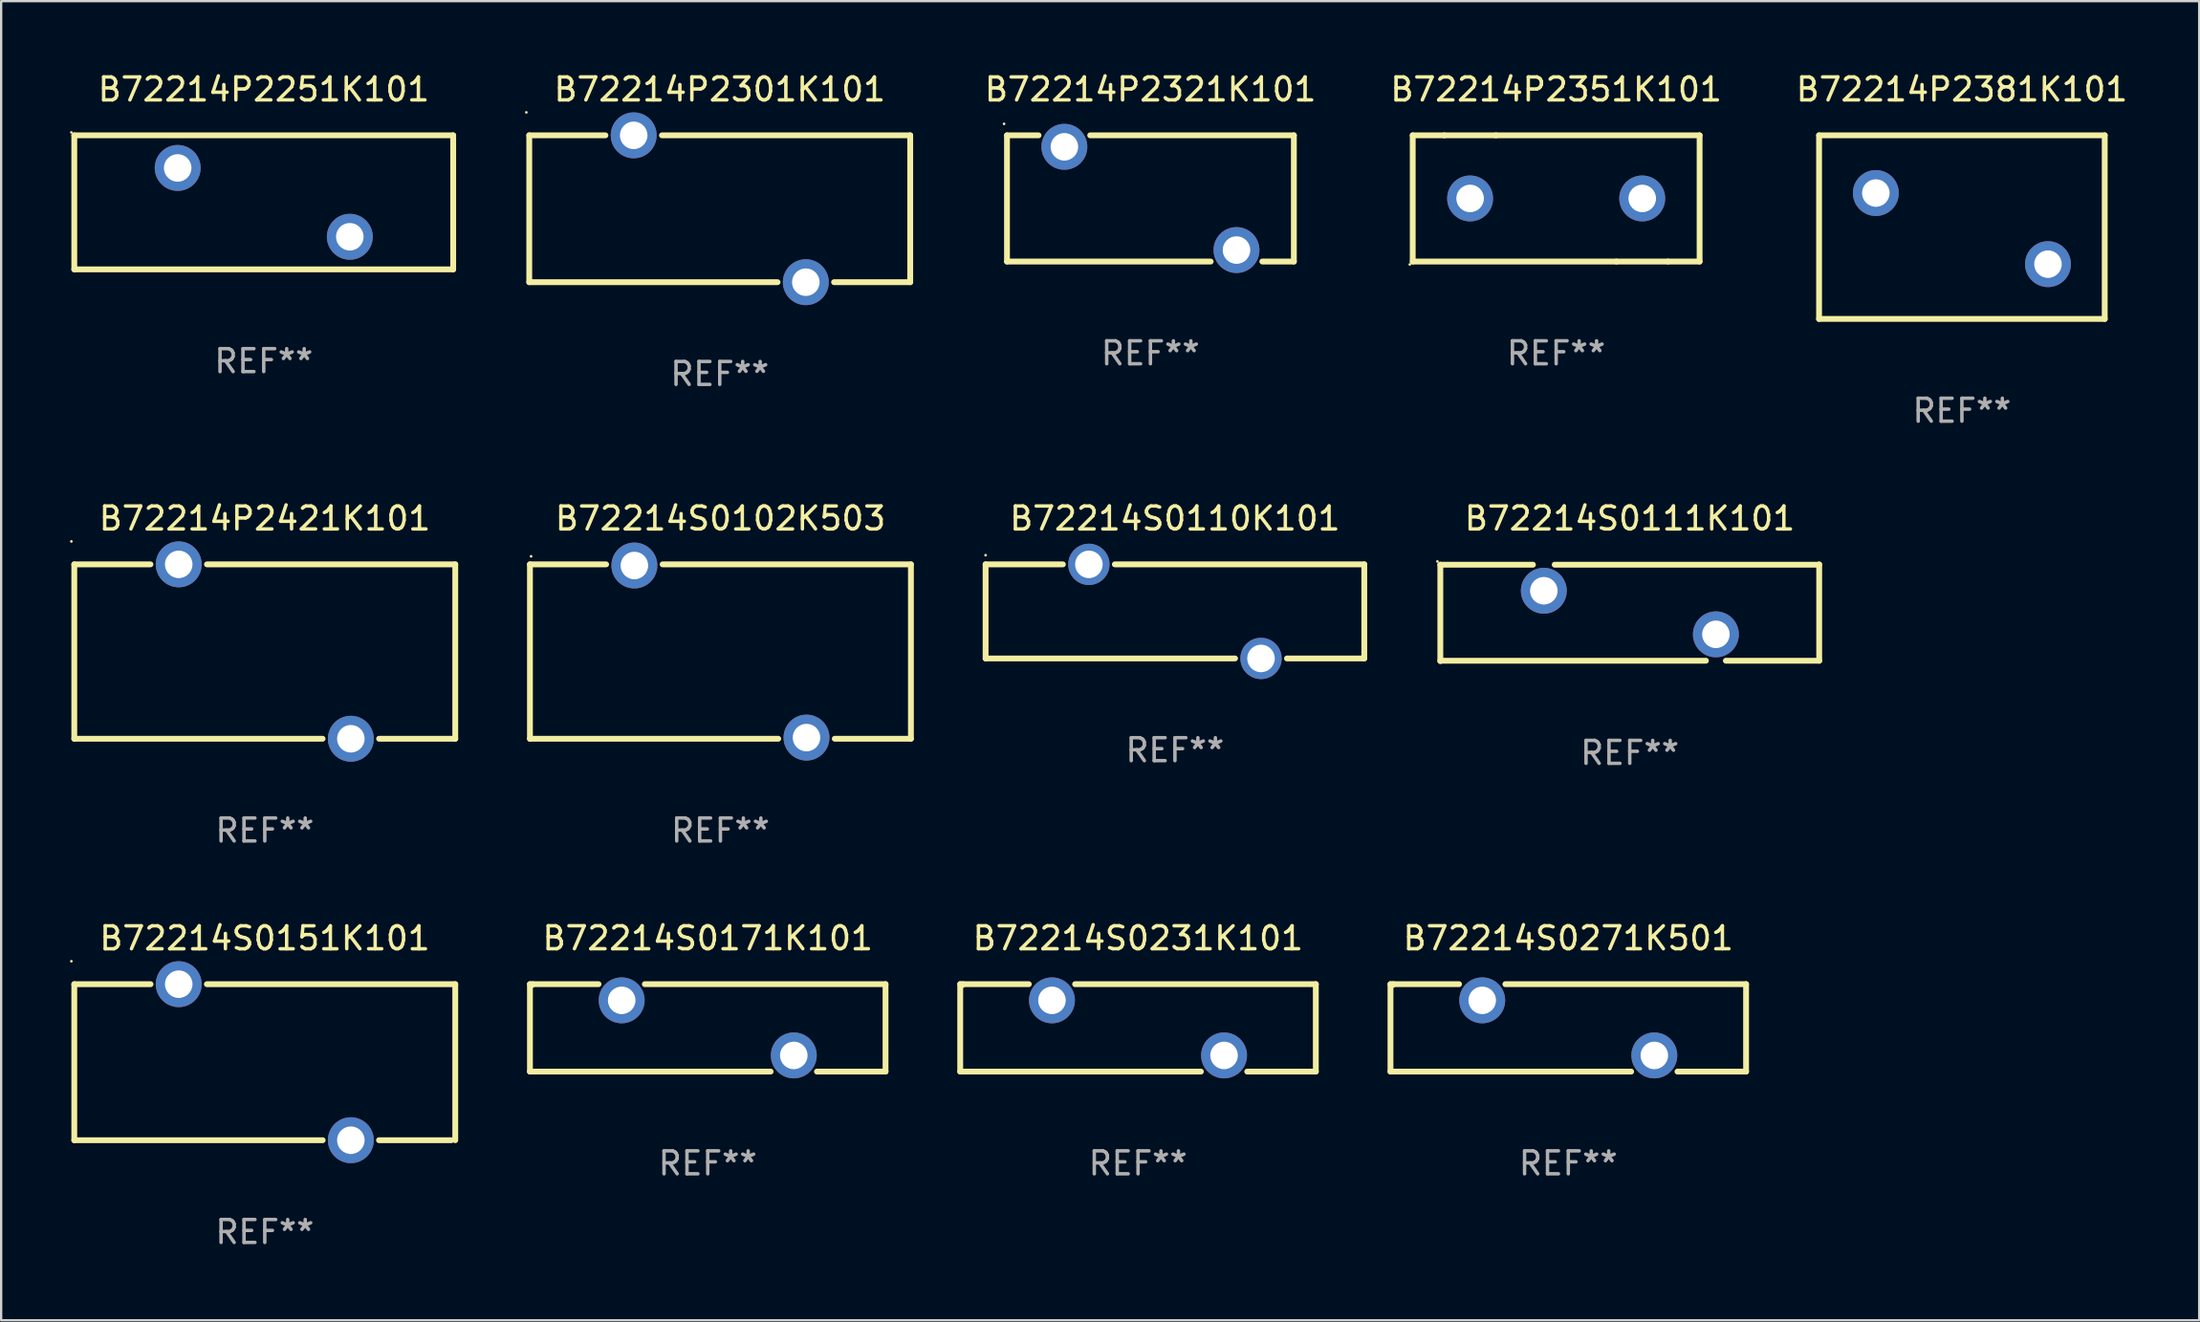
<source format=kicad_pcb>
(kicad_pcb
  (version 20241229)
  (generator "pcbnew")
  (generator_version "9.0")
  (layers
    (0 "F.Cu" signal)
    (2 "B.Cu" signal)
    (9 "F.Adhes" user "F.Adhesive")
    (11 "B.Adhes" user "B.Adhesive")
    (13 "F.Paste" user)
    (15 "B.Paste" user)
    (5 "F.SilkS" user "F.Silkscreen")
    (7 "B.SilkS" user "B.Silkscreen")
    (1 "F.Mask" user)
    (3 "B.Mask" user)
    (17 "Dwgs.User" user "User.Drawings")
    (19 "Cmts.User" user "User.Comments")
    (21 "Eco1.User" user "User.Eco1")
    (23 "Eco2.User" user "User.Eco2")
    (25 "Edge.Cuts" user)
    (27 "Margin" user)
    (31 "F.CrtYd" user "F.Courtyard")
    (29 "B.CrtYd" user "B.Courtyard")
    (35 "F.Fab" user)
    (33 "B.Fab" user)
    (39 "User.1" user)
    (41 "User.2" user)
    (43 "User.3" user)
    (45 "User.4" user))
  (footprint "B72214S0111K101"
    (layer "F.Cu")
    (at 67.963 23.654)
    (property "Reference" "B72214S0111K101" (at 0 -4.108 0) (layer "F.SilkS") (effects (font (size 1 1) (thickness 0.15))))
    (attr through_hole)
    (fp_line (start -8.254 -2.093) (end -4.219 -2.093) (stroke (width 0.254) (type solid)) (layer "F.SilkS"))
    (fp_line (start -8.254 2.108) (end -8.254 -2.093) (stroke (width 0.254) (type solid)) (layer "F.SilkS"))
    (fp_line (start -3.271 -2.093) (end 8.254 -2.093) (stroke (width 0.254) (type solid)) (layer "F.SilkS"))
    (fp_line (start 3.319 2.092) (end -8.254 2.092) (stroke (width 0.254) (type solid)) (layer "F.SilkS"))
    (fp_line (start 8.254 -2.108) (end 8.254 2.092) (stroke (width 0.254) (type solid)) (layer "F.SilkS"))
    (fp_line (start 8.254 2.092) (end 4.188 2.092) (stroke (width 0.254) (type solid)) (layer "F.SilkS"))
    (fp_circle (center -8.381 -2.235) (end -8.351 -2.235) (stroke (width 0.06) (type solid)) (fill no) (layer "F.SilkS"))
    (fp_text user "REF**" (at 0 6.108 0) (layer "F.Fab") (effects (font (size 1 1) (thickness 0.15))))
    (pad "1" thru_hole circle (at -3.745 -0.958) (size 2 2) (drill 1.2) (layers "*.Cu" "*.Mask"))
    (pad "2" thru_hole circle (at 3.753 0.942) (size 2 2) (drill 1.2) (layers "*.Cu" "*.Mask")))
  (footprint "B72214P2301K101"
    (layer "F.Cu")
    (at 28.311 6.048)
    (property "Reference" "B72214P2301K101" (at 0 -5.2 0) (layer "F.SilkS") (effects (font (size 1 1) (thickness 0.15))))
    (attr through_hole)
    (fp_line (start -8.3 -3.2) (end -8.3 3.2) (stroke (width 0.254) (type solid)) (layer "F.SilkS"))
    (fp_line (start -8.3 -3.2) (end -4.981 -3.2) (stroke (width 0.254) (type solid)) (layer "F.SilkS"))
    (fp_line (start -8.3 3.2) (end 2.519 3.2) (stroke (width 0.254) (type solid)) (layer "F.SilkS"))
    (fp_line (start -2.519 -3.2) (end 8.3 -3.2) (stroke (width 0.254) (type solid)) (layer "F.SilkS"))
    (fp_line (start 4.981 3.2) (end 8.3 3.2) (stroke (width 0.254) (type solid)) (layer "F.SilkS"))
    (fp_line (start 8.3 -3.2) (end 8.3 3.2) (stroke (width 0.254) (type solid)) (layer "F.SilkS"))
    (fp_circle (center -8.427 -4.2) (end -8.397 -4.2) (stroke (width 0.06) (type solid)) (fill no) (layer "F.SilkS"))
    (fp_text user "REF**" (at 0 7.2 0) (layer "F.Fab") (effects (font (size 1 1) (thickness 0.15))))
    (pad "1" thru_hole circle (at -3.75 -3.2) (size 2 2) (drill 1.2) (layers "*.Cu" "*.Mask"))
    (pad "2" thru_hole circle (at 3.75 3.2) (size 2 2) (drill 1.2) (layers "*.Cu" "*.Mask")))
  (footprint "B72214P2381K101"
    (layer "F.Cu")
    (at 82.435 6.849)
    (property "Reference" "B72214P2381K101" (at 0 -6.001 0) (layer "F.SilkS") (effects (font (size 1 1) (thickness 0.15))))
    (attr through_hole)
    (fp_line (start -6.223 -4.001) (end 6.223 -4.001) (stroke (width 0.254) (type solid)) (layer "F.SilkS"))
    (fp_line (start -6.223 4.001) (end -6.223 -4.001) (stroke (width 0.254) (type solid)) (layer "F.SilkS"))
    (fp_line (start 6.223 -4.001) (end 6.223 4.001) (stroke (width 0.254) (type solid)) (layer "F.SilkS"))
    (fp_line (start 6.223 4.001) (end -6.223 4.001) (stroke (width 0.254) (type solid)) (layer "F.SilkS"))
    (fp_circle (center -6.25 -3.937) (end -6.22 -3.937) (stroke (width 0.06) (type solid)) (fill no) (layer "F.SilkS"))
    (fp_text user "REF**" (at 0 8.001 0) (layer "F.Fab") (effects (font (size 1 1) (thickness 0.15))))
    (pad "1" thru_hole circle (at -3.75 -1.486) (size 2 2) (drill 1.2) (layers "*.Cu" "*.Mask"))
    (pad "2" thru_hole circle (at 3.75 1.613) (size 2 2) (drill 1.2) (layers "*.Cu" "*.Mask")))
  (footprint "B72214P2251K101"
    (layer "F.Cu")
    (at 8.442 5.769)
    (property "Reference" "B72214P2251K101" (at 0 -4.921 0) (layer "F.SilkS") (effects (font (size 1 1) (thickness 0.15))))
    (attr through_hole)
    (fp_line (start -8.255 -2.921) (end 8.255 -2.921) (stroke (width 0.254) (type solid)) (layer "F.SilkS"))
    (fp_line (start -8.255 2.921) (end -8.255 -2.921) (stroke (width 0.254) (type solid)) (layer "F.SilkS"))
    (fp_line (start 8.255 -2.921) (end 8.255 2.921) (stroke (width 0.254) (type solid)) (layer "F.SilkS"))
    (fp_line (start 8.255 2.921) (end -8.255 2.921) (stroke (width 0.254) (type solid)) (layer "F.SilkS"))
    (fp_circle (center -8.382 -3.048) (end -8.352 -3.048) (stroke (width 0.06) (type solid)) (fill no) (layer "F.SilkS"))
    (fp_text user "REF**" (at 0 6.921 0) (layer "F.Fab") (effects (font (size 1 1) (thickness 0.15))))
    (pad "1" thru_hole circle (at -3.75 -1.5) (size 2 2) (drill 1.2) (layers "*.Cu" "*.Mask"))
    (pad "2" thru_hole circle (at 3.75 1.5) (size 2 2) (drill 1.2) (layers "*.Cu" "*.Mask")))
  (footprint "B72214S0271K501"
    (layer "F.Cu")
    (at 65.284 41.747)
    (property "Reference" "B72214S0271K501" (at 0 -3.905 0) (layer "F.SilkS") (effects (font (size 1 1) (thickness 0.15))))
    (attr through_hole)
    (fp_line (start -7.747 -1.905) (end -7.62 -1.905) (stroke (width 0.254) (type solid)) (layer "F.SilkS"))
    (fp_line (start -7.747 1.905) (end -7.747 -1.905) (stroke (width 0.254) (type solid)) (layer "F.SilkS"))
    (fp_line (start -7.62 -1.905) (end -4.759 -1.905) (stroke (width 0.254) (type solid)) (layer "F.SilkS"))
    (fp_line (start -2.741 -1.905) (end 7.747 -1.905) (stroke (width 0.254) (type solid)) (layer "F.SilkS"))
    (fp_line (start 2.74 1.905) (end -7.747 1.905) (stroke (width 0.254) (type solid)) (layer "F.SilkS"))
    (fp_line (start 7.747 -1.905) (end 7.747 1.905) (stroke (width 0.254) (type solid)) (layer "F.SilkS"))
    (fp_line (start 7.747 1.905) (end 4.758 1.905) (stroke (width 0.254) (type solid)) (layer "F.SilkS"))
    (fp_circle (center -7.625 -1.8) (end -7.595 -1.8) (stroke (width 0.06) (type solid)) (fill no) (layer "F.SilkS"))
    (fp_text user "REF**" (at 0 5.905 0) (layer "F.Fab") (effects (font (size 1 1) (thickness 0.15))))
    (pad "1" thru_hole circle (at -3.75 -1.2) (size 2 2) (drill 1.2) (layers "*.Cu" "*.Mask"))
    (pad "2" thru_hole circle (at 3.749 1.2) (size 2 2) (drill 1.2) (layers "*.Cu" "*.Mask")))
  (footprint "B72214S0171K101"
    (layer "F.Cu")
    (at 27.788 41.747)
    (property "Reference" "B72214S0171K101" (at 0 -3.905 0) (layer "F.SilkS") (effects (font (size 1 1) (thickness 0.15))))
    (attr through_hole)
    (fp_line (start -7.747 -1.905) (end -7.62 -1.905) (stroke (width 0.254) (type solid)) (layer "F.SilkS"))
    (fp_line (start -7.747 1.905) (end -7.747 -1.905) (stroke (width 0.254) (type solid)) (layer "F.SilkS"))
    (fp_line (start -7.62 -1.905) (end -4.759 -1.905) (stroke (width 0.254) (type solid)) (layer "F.SilkS"))
    (fp_line (start -2.741 -1.905) (end 7.747 -1.905) (stroke (width 0.254) (type solid)) (layer "F.SilkS"))
    (fp_line (start 2.74 1.905) (end -7.747 1.905) (stroke (width 0.254) (type solid)) (layer "F.SilkS"))
    (fp_line (start 7.747 -1.905) (end 7.747 1.905) (stroke (width 0.254) (type solid)) (layer "F.SilkS"))
    (fp_line (start 7.747 1.905) (end 4.758 1.905) (stroke (width 0.254) (type solid)) (layer "F.SilkS"))
    (fp_circle (center -7.625 -1.8) (end -7.595 -1.8) (stroke (width 0.06) (type solid)) (fill no) (layer "F.SilkS"))
    (fp_text user "REF**" (at 0 5.905 0) (layer "F.Fab") (effects (font (size 1 1) (thickness 0.15))))
    (pad "1" thru_hole circle (at -3.75 -1.2) (size 2 2) (drill 1.2) (layers "*.Cu" "*.Mask"))
    (pad "2" thru_hole circle (at 3.749 1.2) (size 2 2) (drill 1.2) (layers "*.Cu" "*.Mask")))
  (footprint "B72214S0110K101"
    (layer "F.Cu")
    (at 48.145 23.596)
    (property "Reference" "B72214S0110K101" (at 0 -4.05 0) (layer "F.SilkS") (effects (font (size 1 1) (thickness 0.15))))
    (attr through_hole)
    (fp_line (start -8.25 -2.05) (end -4.881 -2.05) (stroke (width 0.254) (type solid)) (layer "F.SilkS"))
    (fp_line (start -8.25 2.05) (end -8.25 -2.05) (stroke (width 0.254) (type solid)) (layer "F.SilkS"))
    (fp_line (start -8.25 2.05) (end 2.619 2.05) (stroke (width 0.254) (type solid)) (layer "F.SilkS"))
    (fp_line (start 4.881 2.05) (end 8.25 2.05) (stroke (width 0.254) (type solid)) (layer "F.SilkS"))
    (fp_line (start 8.25 -2.05) (end -2.619 -2.05) (stroke (width 0.254) (type solid)) (layer "F.SilkS"))
    (fp_line (start 8.25 -2.05) (end 8.25 2.05) (stroke (width 0.254) (type solid)) (layer "F.SilkS"))
    (fp_circle (center -8.25 -2.45) (end -8.22 -2.45) (stroke (width 0.06) (type solid)) (fill no) (layer "F.SilkS"))
    (fp_text user "REF**" (at 0 6.05 0) (layer "F.Fab") (effects (font (size 1 1) (thickness 0.15))))
    (pad "1" thru_hole circle (at -3.75 -2.05) (size 1.8 1.8) (drill 1.2) (layers "*.Cu" "*.Mask"))
    (pad "2" thru_hole circle (at 3.75 2.05) (size 1.8 1.8) (drill 1.2) (layers "*.Cu" "*.Mask")))
  (footprint "B72214S0102K503"
    (layer "F.Cu")
    (at 28.341 25.346)
    (property "Reference" "B72214S0102K503" (at 0 -5.8 0) (layer "F.SilkS") (effects (font (size 1 1) (thickness 0.15))))
    (attr through_hole)
    (fp_line (start -8.3 -3.8) (end -8.3 3.8) (stroke (width 0.254) (type solid)) (layer "F.SilkS"))
    (fp_line (start -8.3 -3.8) (end -4.981 -3.8) (stroke (width 0.254) (type solid)) (layer "F.SilkS"))
    (fp_line (start -8.3 3.8) (end 2.519 3.8) (stroke (width 0.254) (type solid)) (layer "F.SilkS"))
    (fp_line (start -2.519 -3.8) (end 8.3 -3.8) (stroke (width 0.254) (type solid)) (layer "F.SilkS"))
    (fp_line (start 4.981 3.8) (end 8.3 3.8) (stroke (width 0.254) (type solid)) (layer "F.SilkS"))
    (fp_line (start 8.3 -3.8) (end 8.3 3.8) (stroke (width 0.254) (type solid)) (layer "F.SilkS"))
    (fp_circle (center -8.25 -4.15) (end -8.22 -4.15) (stroke (width 0.06) (type solid)) (fill no) (layer "F.SilkS"))
    (fp_text user "REF**" (at 0 7.8 0) (layer "F.Fab") (effects (font (size 1 1) (thickness 0.15))))
    (pad "1" thru_hole circle (at -3.75 -3.75) (size 2 2) (drill 1.2) (layers "*.Cu" "*.Mask"))
    (pad "2" thru_hole circle (at 3.75 3.75) (size 2 2) (drill 1.2) (layers "*.Cu" "*.Mask")))
  (footprint "B72214P2421K101"
    (layer "F.Cu")
    (at 8.487 25.346)
    (property "Reference" "B72214P2421K101" (at 0 -5.8 0) (layer "F.SilkS") (effects (font (size 1 1) (thickness 0.15))))
    (attr through_hole)
    (fp_line (start -8.3 -3.8) (end -8.3 3.8) (stroke (width 0.254) (type solid)) (layer "F.SilkS"))
    (fp_line (start -8.3 -3.8) (end -4.981 -3.8) (stroke (width 0.254) (type solid)) (layer "F.SilkS"))
    (fp_line (start -8.3 3.8) (end 2.519 3.8) (stroke (width 0.254) (type solid)) (layer "F.SilkS"))
    (fp_line (start -2.519 -3.8) (end 8.3 -3.8) (stroke (width 0.254) (type solid)) (layer "F.SilkS"))
    (fp_line (start 4.981 3.8) (end 8.3 3.8) (stroke (width 0.254) (type solid)) (layer "F.SilkS"))
    (fp_line (start 8.3 -3.8) (end 8.3 3.8) (stroke (width 0.254) (type solid)) (layer "F.SilkS"))
    (fp_circle (center -8.427 -4.8) (end -8.397 -4.8) (stroke (width 0.06) (type solid)) (fill no) (layer "F.SilkS"))
    (fp_text user "REF**" (at 0 7.8 0) (layer "F.Fab") (effects (font (size 1 1) (thickness 0.15))))
    (pad "1" thru_hole circle (at -3.75 -3.8) (size 2 2) (drill 1.2) (layers "*.Cu" "*.Mask"))
    (pad "2" thru_hole circle (at 3.75 3.8) (size 2 2) (drill 1.2) (layers "*.Cu" "*.Mask")))
  (footprint "B72214P2351K101"
    (layer "F.Cu")
    (at 64.756 5.598)
    (property "Reference" "B72214P2351K101" (at 0 -4.75 0) (layer "F.SilkS") (effects (font (size 1 1) (thickness 0.15))))
    (attr through_hole)
    (fp_line (start -6.25 -2.75) (end -4.875 -2.75) (stroke (width 0.254) (type solid)) (layer "F.SilkS"))
    (fp_line (start -6.25 2.75) (end -6.25 -2.75) (stroke (width 0.254) (type solid)) (layer "F.SilkS"))
    (fp_line (start -6.25 2.75) (end 2.625 2.75) (stroke (width 0.254) (type solid)) (layer "F.SilkS"))
    (fp_line (start -4.875 -2.75) (end -2.625 -2.75) (stroke (width 0.254) (type solid)) (layer "F.SilkS"))
    (fp_line (start -2.625 -2.75) (end 6.25 -2.75) (stroke (width 0.254) (type solid)) (layer "F.SilkS"))
    (fp_line (start 2.625 2.75) (end 4.875 2.75) (stroke (width 0.254) (type solid)) (layer "F.SilkS"))
    (fp_line (start 4.875 2.75) (end 6.25 2.75) (stroke (width 0.254) (type solid)) (layer "F.SilkS"))
    (fp_line (start 6.25 -2.75) (end 6.25 2.75) (stroke (width 0.254) (type solid)) (layer "F.SilkS"))
    (fp_circle (center -6.377 2.877) (end -6.347 2.877) (stroke (width 0.06) (type solid)) (fill no) (layer "F.SilkS"))
    (fp_text user "REF**" (at 0 6.75 0) (layer "F.Fab") (effects (font (size 1 1) (thickness 0.15))))
    (pad "1" thru_hole circle (at -3.75 0) (size 2 2) (drill 1.2) (layers "*.Cu" "*.Mask"))
    (pad "2" thru_hole circle (at 3.75 0) (size 2 2) (drill 1.2) (layers "*.Cu" "*.Mask")))
  (footprint "B72214S0151K101"
    (layer "F.Cu")
    (at 8.487 43.243)
    (property "Reference" "B72214S0151K101" (at 0 -5.4 0) (layer "F.SilkS") (effects (font (size 1 1) (thickness 0.15))))
    (attr through_hole)
    (fp_line (start -8.3 -3.4) (end -8.3 3.4) (stroke (width 0.254) (type solid)) (layer "F.SilkS"))
    (fp_line (start -8.3 -3.4) (end -4.977 -3.4) (stroke (width 0.254) (type solid)) (layer "F.SilkS"))
    (fp_line (start -8.3 3.4) (end 2.523 3.4) (stroke (width 0.254) (type solid)) (layer "F.SilkS"))
    (fp_line (start -2.523 -3.4) (end 8.3 -3.4) (stroke (width 0.254) (type solid)) (layer "F.SilkS"))
    (fp_line (start 4.977 3.4) (end 8.128 3.4) (stroke (width 0.254) (type solid)) (layer "F.SilkS"))
    (fp_line (start 8.3 -3.4) (end 8.3 3.4) (stroke (width 0.254) (type solid)) (layer "F.SilkS"))
    (fp_circle (center -8.427 -4.4) (end -8.397 -4.4) (stroke (width 0.06) (type solid)) (fill no) (layer "F.SilkS"))
    (fp_text user "REF**" (at 0 7.4 0) (layer "F.Fab") (effects (font (size 1 1) (thickness 0.15))))
    (pad "1" thru_hole circle (at -3.75 -3.4) (size 2 2) (drill 1.2) (layers "*.Cu" "*.Mask"))
    (pad "2" thru_hole circle (at 3.75 3.4) (size 2 2) (drill 1.2) (layers "*.Cu" "*.Mask")))
  (footprint "B72214S0231K101"
    (layer "F.Cu")
    (at 46.536 41.747)
    (property "Reference" "B72214S0231K101" (at 0 -3.905 0) (layer "F.SilkS") (effects (font (size 1 1) (thickness 0.15))))
    (attr through_hole)
    (fp_line (start -7.747 -1.905) (end -7.62 -1.905) (stroke (width 0.254) (type solid)) (layer "F.SilkS"))
    (fp_line (start -7.747 1.905) (end -7.747 -1.905) (stroke (width 0.254) (type solid)) (layer "F.SilkS"))
    (fp_line (start -7.62 -1.905) (end -4.759 -1.905) (stroke (width 0.254) (type solid)) (layer "F.SilkS"))
    (fp_line (start -2.741 -1.905) (end 7.747 -1.905) (stroke (width 0.254) (type solid)) (layer "F.SilkS"))
    (fp_line (start 2.74 1.905) (end -7.747 1.905) (stroke (width 0.254) (type solid)) (layer "F.SilkS"))
    (fp_line (start 7.747 -1.905) (end 7.747 1.905) (stroke (width 0.254) (type solid)) (layer "F.SilkS"))
    (fp_line (start 7.747 1.905) (end 4.758 1.905) (stroke (width 0.254) (type solid)) (layer "F.SilkS"))
    (fp_circle (center -7.625 -1.8) (end -7.595 -1.8) (stroke (width 0.06) (type solid)) (fill no) (layer "F.SilkS"))
    (fp_text user "REF**" (at 0 5.905 0) (layer "F.Fab") (effects (font (size 1 1) (thickness 0.15))))
    (pad "1" thru_hole circle (at -3.75 -1.2) (size 2 2) (drill 1.2) (layers "*.Cu" "*.Mask"))
    (pad "2" thru_hole circle (at 3.749 1.2) (size 2 2) (drill 1.2) (layers "*.Cu" "*.Mask")))
  (footprint "B72214P2321K101"
    (layer "F.Cu")
    (at 47.077 5.598)
    (property "Reference" "B72214P2321K101" (at 0 -4.75 0) (layer "F.SilkS") (effects (font (size 1 1) (thickness 0.15))))
    (attr through_hole)
    (fp_line (start -6.25 -2.75) (end -4.875 -2.75) (stroke (width 0.254) (type solid)) (layer "F.SilkS"))
    (fp_line (start -6.25 2.75) (end -6.25 -2.75) (stroke (width 0.254) (type solid)) (layer "F.SilkS"))
    (fp_line (start -6.25 2.75) (end 2.625 2.75) (stroke (width 0.254) (type solid)) (layer "F.SilkS"))
    (fp_line (start -2.625 -2.75) (end 6.25 -2.75) (stroke (width 0.254) (type solid)) (layer "F.SilkS"))
    (fp_line (start 4.875 2.75) (end 6.25 2.75) (stroke (width 0.254) (type solid)) (layer "F.SilkS"))
    (fp_line (start 6.25 -2.75) (end 6.25 2.75) (stroke (width 0.254) (type solid)) (layer "F.SilkS"))
    (fp_circle (center -6.377 -3.25) (end -6.347 -3.25) (stroke (width 0.06) (type solid)) (fill no) (layer "F.SilkS"))
    (fp_text user "REF**" (at 0 6.75 0) (layer "F.Fab") (effects (font (size 1 1) (thickness 0.15))))
    (pad "1" thru_hole circle (at -3.75 -2.25) (size 2 2) (drill 1.2) (layers "*.Cu" "*.Mask"))
    (pad "2" thru_hole circle (at 3.75 2.25) (size 2 2) (drill 1.2) (layers "*.Cu" "*.Mask")))
  (gr_rect
    (start -3 -3)
    (end 92.774 54.491)
    (stroke (width 0.1) (type default))
    (fill no)
    (layer "Edge.Cuts")))
</source>
